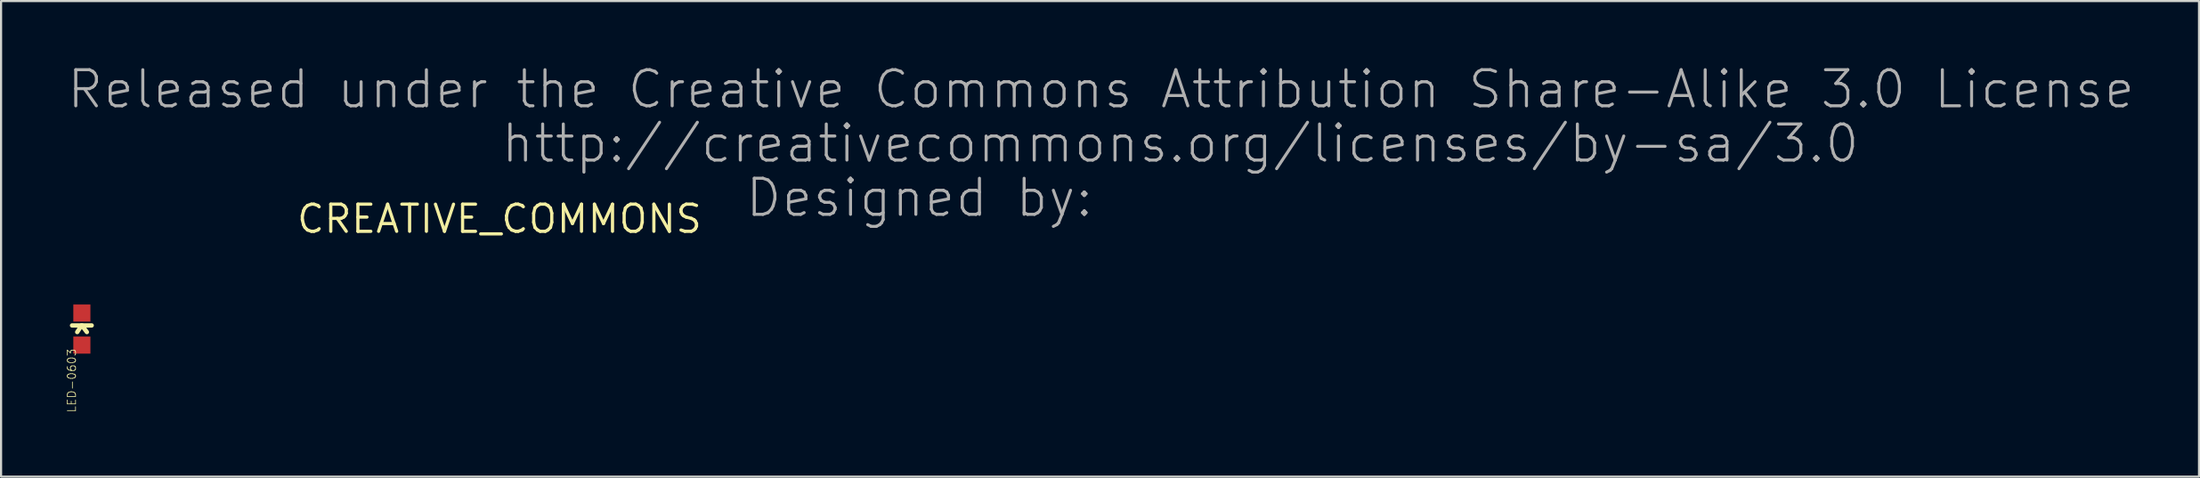
<source format=kicad_pcb>
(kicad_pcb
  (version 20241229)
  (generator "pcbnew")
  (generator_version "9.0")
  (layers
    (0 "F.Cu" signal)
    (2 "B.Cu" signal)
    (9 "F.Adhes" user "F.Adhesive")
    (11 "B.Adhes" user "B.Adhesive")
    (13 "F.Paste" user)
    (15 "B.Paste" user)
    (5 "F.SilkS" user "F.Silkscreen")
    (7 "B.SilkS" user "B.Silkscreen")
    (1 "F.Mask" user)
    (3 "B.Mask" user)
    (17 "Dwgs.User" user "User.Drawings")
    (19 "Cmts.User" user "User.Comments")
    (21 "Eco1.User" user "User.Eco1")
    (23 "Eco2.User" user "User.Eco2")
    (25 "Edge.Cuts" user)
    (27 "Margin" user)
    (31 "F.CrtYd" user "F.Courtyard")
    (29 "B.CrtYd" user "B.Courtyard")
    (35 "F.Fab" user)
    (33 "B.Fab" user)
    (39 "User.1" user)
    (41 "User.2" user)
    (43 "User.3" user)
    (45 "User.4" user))
  (footprint "CREATIVE_COMMONS"
    (layer "F.Cu")
    (at 20.32 7.196)
    (property "Reference" "CREATIVE_COMMONS" (at 0 0 0) (layer "F.SilkS") (effects (font (size 1.27 1.27) (thickness 0.15))))
    (attr through_hole)
    (fp_text user "Released under the Creative Commons Attribution Share-Alike 3.0 License" (at -20.32 -5.08 0) (layer "F.Fab") (effects (font (size 1.689 1.689) (thickness 0.142)) (justify left bottom)))
    (fp_text user "http://creativecommons.org/licenses/by-sa/3.0" (at 0 -2.54 0) (layer "F.Fab") (effects (font (size 1.689 1.689) (thickness 0.142)) (justify left bottom)))
    (fp_text user "Designed by:" (at 11.43 0 0) (layer "F.Fab") (effects (font (size 1.689 1.689) (thickness 0.142)) (justify left bottom))))
  (footprint "LED-0603"
    (layer "F.Cu")
    (at 0.781 12.352)
    (property "Reference" "LED-0603" (at -0.699 0.889 90) (layer "F.SilkS") (effects (font (size 0.386 0.386) (thickness 0.033)) (justify right top)))
    (attr through_hole)
    (fp_line (start -0.46 -0.17) (end 0 -0.17) (stroke (width 0.203) (type solid)) (layer "F.SilkS"))
    (fp_line (start -0.025 -0.155) (end -0.218 0.14) (stroke (width 0.203) (type solid)) (layer "F.SilkS"))
    (fp_line (start 0 -0.17) (end 0.234 0.14) (stroke (width 0.203) (type solid)) (layer "F.SilkS"))
    (fp_line (start 0.46 -0.17) (end 0 -0.17) (stroke (width 0.203) (type solid)) (layer "F.SilkS"))
    (pad "A" smd rect (at 0 0.75) (size 0.8 0.8) (layers "F.Cu" "F.Mask" "F.Paste"))
    (pad "C" smd rect (at 0 -0.75) (size 0.8 0.8) (layers "F.Cu" "F.Mask" "F.Paste")))
  (gr_rect
    (start -3 -3)
    (end 99.85 19.258)
    (stroke (width 0.1) (type default))
    (fill no)
    (layer "Edge.Cuts")))
</source>
